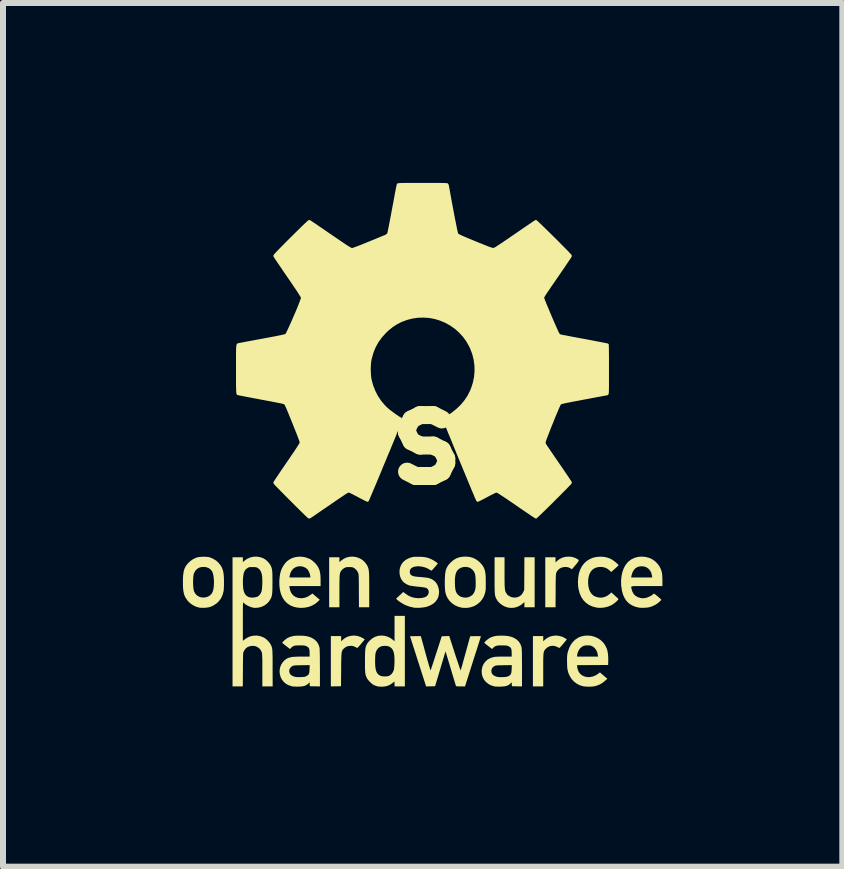
<source format=kicad_pcb>
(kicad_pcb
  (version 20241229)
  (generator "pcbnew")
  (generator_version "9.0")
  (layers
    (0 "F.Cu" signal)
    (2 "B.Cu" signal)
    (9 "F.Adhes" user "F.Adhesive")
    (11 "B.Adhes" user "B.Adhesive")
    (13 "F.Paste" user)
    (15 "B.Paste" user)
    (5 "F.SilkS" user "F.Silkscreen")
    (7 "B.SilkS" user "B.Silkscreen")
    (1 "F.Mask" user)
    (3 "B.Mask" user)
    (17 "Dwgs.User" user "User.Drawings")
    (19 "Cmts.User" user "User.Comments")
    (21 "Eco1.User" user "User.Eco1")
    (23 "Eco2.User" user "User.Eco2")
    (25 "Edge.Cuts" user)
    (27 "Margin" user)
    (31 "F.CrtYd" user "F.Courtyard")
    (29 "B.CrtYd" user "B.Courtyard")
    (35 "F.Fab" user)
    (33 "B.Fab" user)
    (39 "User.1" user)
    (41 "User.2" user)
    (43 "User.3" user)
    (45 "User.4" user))
  (footprint "oss"
    (layer "F.Cu")
    (at 3.991 4.197)
    (property "Reference" "oss" (at 0 0 0) (layer "F.SilkS") (effects (font (size 1.524 1.524) (thickness 0.3))))
    (attr board_only exclude_from_pos_files exclude_from_bom)
    (fp_poly (pts (xy 2.287 3.356) (xy 2.338 3.371) (xy 2.386 3.397) (xy 2.39 3.399) (xy 2.41 3.413) (xy 2.35 3.486) (xy 2.329 3.51) (xy 2.311 3.53) (xy 2.297 3.546) (xy 2.288 3.555) (xy 2.285 3.556) (xy 2.278 3.553) (xy 2.264 3.546) (xy 2.247 3.538) (xy 2.207 3.523) (xy 2.166 3.52) (xy 2.127 3.526) (xy 2.09 3.543) (xy 2.06 3.569) (xy 2.05 3.579) (xy 2.042 3.589) (xy 2.035 3.599) (xy 2.03 3.61) (xy 2.026 3.624) (xy 2.022 3.641) (xy 2.02 3.663) (xy 2.018 3.691) (xy 2.017 3.725) (xy 2.016 3.766) (xy 2.016 3.817) (xy 2.016 3.876) (xy 2.016 3.927) (xy 2.016 4.197) (xy 1.844 4.197) (xy 1.844 3.358) (xy 2.016 3.358) (xy 2.016 3.445) (xy 2.044 3.418) (xy 2.086 3.387) (xy 2.132 3.365) (xy 2.182 3.353) (xy 2.234 3.349)) (stroke (width 0) (type solid)) (fill yes) (layer "F.SilkS"))
    (fp_poly (pts (xy 2.488 2.037) (xy 2.539 2.051) (xy 2.573 2.067) (xy 2.59 2.077) (xy 2.602 2.085) (xy 2.607 2.093) (xy 2.607 2.102) (xy 2.601 2.115) (xy 2.588 2.132) (xy 2.569 2.156) (xy 2.555 2.172) (xy 2.495 2.244) (xy 2.474 2.231) (xy 2.44 2.214) (xy 2.406 2.206) (xy 2.37 2.206) (xy 2.329 2.214) (xy 2.292 2.231) (xy 2.262 2.256) (xy 2.24 2.288) (xy 2.235 2.3) (xy 2.232 2.307) (xy 2.23 2.316) (xy 2.229 2.327) (xy 2.227 2.341) (xy 2.226 2.359) (xy 2.225 2.384) (xy 2.225 2.414) (xy 2.224 2.452) (xy 2.223 2.499) (xy 2.223 2.556) (xy 2.223 2.603) (xy 2.221 2.878) (xy 2.05 2.878) (xy 2.05 2.044) (xy 2.221 2.044) (xy 2.221 2.13) (xy 2.247 2.105) (xy 2.288 2.074) (xy 2.334 2.051) (xy 2.384 2.038) (xy 2.436 2.033)) (stroke (width 0) (type solid)) (fill yes) (layer "F.SilkS"))
    (fp_poly (pts (xy -1.082 3.356) (xy -1.031 3.372) (xy -0.983 3.397) (xy -0.98 3.399) (xy -0.959 3.413) (xy -1.02 3.486) (xy -1.04 3.51) (xy -1.058 3.53) (xy -1.072 3.546) (xy -1.082 3.555) (xy -1.084 3.556) (xy -1.091 3.553) (xy -1.105 3.546) (xy -1.122 3.538) (xy -1.146 3.527) (xy -1.167 3.522) (xy -1.192 3.521) (xy -1.193 3.521) (xy -1.231 3.524) (xy -1.261 3.533) (xy -1.288 3.549) (xy -1.301 3.56) (xy -1.312 3.57) (xy -1.321 3.578) (xy -1.328 3.587) (xy -1.334 3.597) (xy -1.339 3.61) (xy -1.343 3.625) (xy -1.346 3.644) (xy -1.348 3.669) (xy -1.35 3.7) (xy -1.351 3.738) (xy -1.352 3.784) (xy -1.353 3.84) (xy -1.353 3.906) (xy -1.353 3.915) (xy -1.356 4.194) (xy -1.44 4.196) (xy -1.525 4.197) (xy -1.525 3.358) (xy -1.353 3.358) (xy -1.353 3.445) (xy -1.325 3.418) (xy -1.283 3.387) (xy -1.237 3.365) (xy -1.187 3.353) (xy -1.135 3.349)) (stroke (width 0) (type solid)) (fill yes) (layer "F.SilkS"))
    (fp_poly (pts (xy 1.371 2.295) (xy 1.371 2.361) (xy 1.371 2.418) (xy 1.372 2.465) (xy 1.372 2.504) (xy 1.374 2.536) (xy 1.376 2.562) (xy 1.378 2.583) (xy 1.382 2.6) (xy 1.385 2.614) (xy 1.39 2.626) (xy 1.394 2.633) (xy 1.416 2.666) (xy 1.447 2.691) (xy 1.482 2.708) (xy 1.521 2.716) (xy 1.562 2.715) (xy 1.583 2.71) (xy 1.619 2.696) (xy 1.648 2.675) (xy 1.671 2.646) (xy 1.68 2.629) (xy 1.699 2.59) (xy 1.702 2.044) (xy 1.873 2.044) (xy 1.873 2.878) (xy 1.702 2.878) (xy 1.702 2.791) (xy 1.674 2.816) (xy 1.629 2.849) (xy 1.579 2.873) (xy 1.526 2.886) (xy 1.471 2.888) (xy 1.421 2.881) (xy 1.375 2.865) (xy 1.331 2.841) (xy 1.292 2.811) (xy 1.259 2.777) (xy 1.238 2.744) (xy 1.231 2.73) (xy 1.225 2.717) (xy 1.22 2.705) (xy 1.216 2.692) (xy 1.213 2.676) (xy 1.21 2.658) (xy 1.208 2.636) (xy 1.207 2.609) (xy 1.206 2.576) (xy 1.205 2.536) (xy 1.205 2.488) (xy 1.205 2.43) (xy 1.205 2.362) (xy 1.205 2.044) (xy 1.371 2.044)) (stroke (width 0) (type solid)) (fill yes) (layer "F.SilkS"))
    (fp_poly (pts (xy -1.111 2.039) (xy -1.062 2.054) (xy -1.016 2.077) (xy -0.976 2.108) (xy -0.941 2.147) (xy -0.92 2.18) (xy -0.913 2.194) (xy -0.907 2.208) (xy -0.902 2.222) (xy -0.897 2.238) (xy -0.894 2.255) (xy -0.891 2.277) (xy -0.889 2.303) (xy -0.887 2.334) (xy -0.886 2.372) (xy -0.886 2.418) (xy -0.885 2.472) (xy -0.885 2.536) (xy -0.885 2.585) (xy -0.885 2.878) (xy -1.056 2.878) (xy -1.058 2.603) (xy -1.058 2.539) (xy -1.058 2.487) (xy -1.059 2.443) (xy -1.059 2.408) (xy -1.06 2.38) (xy -1.061 2.358) (xy -1.062 2.341) (xy -1.063 2.329) (xy -1.065 2.319) (xy -1.067 2.312) (xy -1.07 2.305) (xy -1.072 2.298) (xy -1.095 2.261) (xy -1.125 2.232) (xy -1.145 2.219) (xy -1.159 2.213) (xy -1.175 2.209) (xy -1.196 2.208) (xy -1.219 2.207) (xy -1.245 2.207) (xy -1.264 2.209) (xy -1.278 2.213) (xy -1.293 2.22) (xy -1.301 2.224) (xy -1.321 2.237) (xy -1.34 2.254) (xy -1.348 2.264) (xy -1.356 2.274) (xy -1.362 2.284) (xy -1.367 2.295) (xy -1.371 2.307) (xy -1.375 2.323) (xy -1.377 2.342) (xy -1.379 2.366) (xy -1.38 2.396) (xy -1.381 2.433) (xy -1.382 2.477) (xy -1.382 2.531) (xy -1.382 2.596) (xy -1.382 2.611) (xy -1.382 2.878) (xy -1.553 2.878) (xy -1.553 2.044) (xy -1.382 2.044) (xy -1.382 2.125) (xy -1.355 2.101) (xy -1.311 2.07) (xy -1.263 2.048) (xy -1.213 2.036) (xy -1.162 2.033)) (stroke (width 0) (type solid)) (fill yes) (layer "F.SilkS"))
    (fp_poly (pts (xy 2.992 2.035) (xy 3.044 2.04) (xy 3.09 2.051) (xy 3.134 2.068) (xy 3.164 2.084) (xy 3.182 2.096) (xy 3.202 2.111) (xy 3.224 2.128) (xy 3.243 2.145) (xy 3.259 2.159) (xy 3.269 2.171) (xy 3.272 2.176) (xy 3.268 2.181) (xy 3.257 2.193) (xy 3.24 2.209) (xy 3.22 2.228) (xy 3.211 2.235) (xy 3.15 2.29) (xy 3.123 2.264) (xy 3.084 2.234) (xy 3.042 2.215) (xy 2.995 2.206) (xy 2.985 2.205) (xy 2.934 2.207) (xy 2.889 2.219) (xy 2.851 2.239) (xy 2.819 2.269) (xy 2.794 2.307) (xy 2.777 2.354) (xy 2.767 2.409) (xy 2.764 2.462) (xy 2.768 2.52) (xy 2.779 2.572) (xy 2.797 2.617) (xy 2.822 2.654) (xy 2.853 2.683) (xy 2.888 2.701) (xy 2.939 2.715) (xy 2.988 2.717) (xy 3.035 2.708) (xy 3.081 2.688) (xy 3.124 2.656) (xy 3.129 2.652) (xy 3.152 2.631) (xy 3.208 2.681) (xy 3.229 2.7) (xy 3.247 2.717) (xy 3.261 2.729) (xy 3.268 2.735) (xy 3.268 2.736) (xy 3.269 2.743) (xy 3.262 2.755) (xy 3.247 2.771) (xy 3.228 2.789) (xy 3.205 2.808) (xy 3.18 2.826) (xy 3.154 2.842) (xy 3.152 2.843) (xy 3.101 2.865) (xy 3.045 2.88) (xy 2.986 2.887) (xy 2.928 2.886) (xy 2.898 2.881) (xy 2.834 2.864) (xy 2.776 2.837) (xy 2.727 2.802) (xy 2.685 2.759) (xy 2.651 2.708) (xy 2.624 2.648) (xy 2.606 2.58) (xy 2.598 2.532) (xy 2.594 2.46) (xy 2.599 2.385) (xy 2.61 2.318) (xy 2.63 2.254) (xy 2.659 2.197) (xy 2.696 2.148) (xy 2.74 2.107) (xy 2.791 2.075) (xy 2.848 2.051) (xy 2.91 2.038) (xy 2.977 2.034)) (stroke (width 0) (type solid)) (fill yes) (layer "F.SilkS"))
    (fp_poly (pts (xy 2.815 3.354) (xy 2.871 3.369) (xy 2.924 3.392) (xy 2.972 3.424) (xy 3.014 3.464) (xy 3.048 3.51) (xy 3.074 3.564) (xy 3.075 3.565) (xy 3.088 3.61) (xy 3.096 3.663) (xy 3.1 3.724) (xy 3.1 3.766) (xy 3.098 3.84) (xy 2.581 3.843) (xy 2.581 3.863) (xy 2.583 3.878) (xy 2.587 3.899) (xy 2.593 3.92) (xy 2.611 3.96) (xy 2.637 3.992) (xy 2.671 4.017) (xy 2.711 4.034) (xy 2.756 4.042) (xy 2.789 4.042) (xy 2.841 4.033) (xy 2.891 4.013) (xy 2.928 3.989) (xy 2.962 3.964) (xy 3.023 4.017) (xy 3.085 4.069) (xy 3.046 4.104) (xy 3.004 4.138) (xy 2.956 4.166) (xy 2.905 4.186) (xy 2.875 4.194) (xy 2.841 4.199) (xy 2.801 4.202) (xy 2.758 4.202) (xy 2.717 4.199) (xy 2.682 4.195) (xy 2.678 4.194) (xy 2.624 4.177) (xy 2.573 4.15) (xy 2.527 4.115) (xy 2.489 4.074) (xy 2.46 4.027) (xy 2.459 4.026) (xy 2.444 3.993) (xy 2.432 3.962) (xy 2.424 3.931) (xy 2.418 3.897) (xy 2.415 3.859) (xy 2.414 3.813) (xy 2.413 3.783) (xy 2.413 3.743) (xy 2.414 3.712) (xy 2.414 3.7) (xy 2.581 3.7) (xy 2.93 3.7) (xy 2.926 3.673) (xy 2.915 3.625) (xy 2.895 3.584) (xy 2.867 3.551) (xy 2.839 3.531) (xy 2.823 3.523) (xy 2.807 3.517) (xy 2.786 3.514) (xy 2.764 3.513) (xy 2.723 3.514) (xy 2.689 3.521) (xy 2.66 3.537) (xy 2.633 3.561) (xy 2.63 3.563) (xy 2.612 3.589) (xy 2.596 3.62) (xy 2.585 3.654) (xy 2.581 3.684) (xy 2.581 3.7) (xy 2.414 3.7) (xy 2.415 3.687) (xy 2.417 3.666) (xy 2.42 3.648) (xy 2.425 3.628) (xy 2.426 3.623) (xy 2.447 3.56) (xy 2.475 3.504) (xy 2.51 3.456) (xy 2.552 3.416) (xy 2.599 3.385) (xy 2.637 3.368) (xy 2.697 3.353) (xy 2.757 3.349)) (stroke (width 0) (type solid)) (fill yes) (layer "F.SilkS"))
    (fp_poly (pts (xy -1.994 2.036) (xy -1.935 2.049) (xy -1.878 2.071) (xy -1.877 2.071) (xy -1.841 2.094) (xy -1.805 2.124) (xy -1.772 2.158) (xy -1.746 2.194) (xy -1.737 2.208) (xy -1.722 2.24) (xy -1.711 2.271) (xy -1.704 2.306) (xy -1.699 2.345) (xy -1.696 2.392) (xy -1.696 2.428) (xy -1.696 2.524) (xy -2.217 2.524) (xy -2.213 2.554) (xy -2.201 2.603) (xy -2.182 2.644) (xy -2.154 2.678) (xy -2.119 2.703) (xy -2.076 2.72) (xy -2.056 2.724) (xy -2.007 2.727) (xy -1.958 2.719) (xy -1.909 2.7) (xy -1.862 2.67) (xy -1.855 2.665) (xy -1.833 2.648) (xy -1.795 2.68) (xy -1.774 2.698) (xy -1.753 2.715) (xy -1.736 2.73) (xy -1.733 2.732) (xy -1.71 2.752) (xy -1.736 2.778) (xy -1.782 2.817) (xy -1.836 2.849) (xy -1.894 2.871) (xy -1.958 2.884) (xy -2.024 2.888) (xy -2.086 2.883) (xy -2.147 2.869) (xy -2.203 2.845) (xy -2.252 2.812) (xy -2.293 2.771) (xy -2.328 2.721) (xy -2.354 2.663) (xy -2.364 2.632) (xy -2.376 2.574) (xy -2.383 2.509) (xy -2.384 2.441) (xy -2.379 2.379) (xy -2.216 2.379) (xy -2.21 2.38) (xy -2.195 2.38) (xy -2.17 2.381) (xy -2.139 2.381) (xy -2.102 2.381) (xy -2.06 2.381) (xy -2.041 2.381) (xy -1.866 2.381) (xy -1.869 2.352) (xy -1.875 2.324) (xy -1.887 2.293) (xy -1.902 2.264) (xy -1.917 2.242) (xy -1.918 2.242) (xy -1.944 2.221) (xy -1.978 2.205) (xy -2.014 2.195) (xy -2.025 2.194) (xy -2.069 2.196) (xy -2.11 2.208) (xy -2.145 2.229) (xy -2.173 2.259) (xy -2.195 2.296) (xy -2.209 2.341) (xy -2.209 2.344) (xy -2.213 2.362) (xy -2.215 2.375) (xy -2.216 2.379) (xy -2.379 2.379) (xy -2.379 2.373) (xy -2.368 2.309) (xy -2.367 2.303) (xy -2.35 2.25) (xy -2.325 2.199) (xy -2.294 2.153) (xy -2.258 2.113) (xy -2.221 2.084) (xy -2.169 2.057) (xy -2.113 2.041) (xy -2.054 2.034)) (stroke (width 0) (type solid)) (fill yes) (layer "F.SilkS"))
    (fp_poly (pts (xy -0.291 4.197) (xy -0.462 4.197) (xy -0.465 4.116) (xy -0.494 4.139) (xy -0.54 4.17) (xy -0.586 4.19) (xy -0.637 4.2) (xy -0.679 4.202) (xy -0.706 4.201) (xy -0.731 4.199) (xy -0.752 4.195) (xy -0.754 4.195) (xy -0.776 4.187) (xy -0.8 4.178) (xy -0.809 4.174) (xy -0.833 4.159) (xy -0.859 4.136) (xy -0.886 4.11) (xy -0.908 4.083) (xy -0.925 4.058) (xy -0.926 4.054) (xy -0.934 4.036) (xy -0.941 4.019) (xy -0.946 4.001) (xy -0.95 3.981) (xy -0.952 3.957) (xy -0.954 3.927) (xy -0.956 3.891) (xy -0.956 3.847) (xy -0.956 3.813) (xy -0.787 3.813) (xy -0.784 3.865) (xy -0.778 3.908) (xy -0.768 3.944) (xy -0.755 3.972) (xy -0.737 3.994) (xy -0.729 4.001) (xy -0.708 4.015) (xy -0.686 4.025) (xy -0.659 4.029) (xy -0.625 4.031) (xy -0.598 4.03) (xy -0.577 4.028) (xy -0.559 4.022) (xy -0.55 4.018) (xy -0.519 3.997) (xy -0.495 3.967) (xy -0.477 3.929) (xy -0.476 3.926) (xy -0.471 3.904) (xy -0.468 3.87) (xy -0.465 3.826) (xy -0.464 3.806) (xy -0.464 3.744) (xy -0.466 3.691) (xy -0.472 3.648) (xy -0.482 3.612) (xy -0.496 3.583) (xy -0.514 3.56) (xy -0.52 3.555) (xy -0.545 3.537) (xy -0.573 3.526) (xy -0.607 3.521) (xy -0.625 3.521) (xy -0.67 3.525) (xy -0.707 3.538) (xy -0.737 3.561) (xy -0.76 3.592) (xy -0.772 3.618) (xy -0.777 3.633) (xy -0.78 3.648) (xy -0.783 3.667) (xy -0.785 3.692) (xy -0.786 3.724) (xy -0.787 3.75) (xy -0.787 3.813) (xy -0.956 3.813) (xy -0.956 3.794) (xy -0.956 3.775) (xy -0.956 3.712) (xy -0.955 3.66) (xy -0.953 3.617) (xy -0.95 3.581) (xy -0.946 3.551) (xy -0.939 3.526) (xy -0.93 3.504) (xy -0.919 3.484) (xy -0.905 3.465) (xy -0.888 3.445) (xy -0.879 3.435) (xy -0.837 3.399) (xy -0.791 3.372) (xy -0.742 3.355) (xy -0.69 3.349) (xy -0.638 3.352) (xy -0.586 3.365) (xy -0.536 3.388) (xy -0.495 3.417) (xy -0.463 3.444) (xy -0.463 3.021) (xy -0.291 3.021)) (stroke (width 0) (type solid)) (fill yes) (layer "F.SilkS"))
    (fp_poly (pts (xy -3.611 2.036) (xy -3.574 2.039) (xy -3.544 2.045) (xy -3.54 2.047) (xy -3.485 2.07) (xy -3.437 2.1) (xy -3.397 2.137) (xy -3.375 2.164) (xy -3.355 2.192) (xy -3.339 2.222) (xy -3.327 2.254) (xy -3.318 2.289) (xy -3.312 2.33) (xy -3.308 2.379) (xy -3.307 2.437) (xy -3.307 2.461) (xy -3.307 2.512) (xy -3.309 2.556) (xy -3.311 2.592) (xy -3.315 2.617) (xy -3.331 2.675) (xy -3.356 2.729) (xy -3.391 2.776) (xy -3.434 2.816) (xy -3.484 2.849) (xy -3.54 2.873) (xy -3.546 2.875) (xy -3.573 2.88) (xy -3.606 2.885) (xy -3.643 2.887) (xy -3.678 2.887) (xy -3.708 2.885) (xy -3.716 2.884) (xy -3.773 2.868) (xy -3.826 2.842) (xy -3.874 2.808) (xy -3.915 2.766) (xy -3.948 2.717) (xy -3.954 2.705) (xy -3.967 2.676) (xy -3.976 2.645) (xy -3.983 2.61) (xy -3.988 2.569) (xy -3.991 2.52) (xy -3.991 2.462) (xy -3.991 2.456) (xy -3.991 2.442) (xy -3.822 2.442) (xy -3.822 2.489) (xy -3.819 2.533) (xy -3.815 2.571) (xy -3.809 2.602) (xy -3.803 2.619) (xy -3.782 2.655) (xy -3.753 2.683) (xy -3.718 2.703) (xy -3.679 2.714) (xy -3.638 2.716) (xy -3.596 2.708) (xy -3.574 2.7) (xy -3.542 2.681) (xy -3.517 2.657) (xy -3.498 2.627) (xy -3.486 2.589) (xy -3.478 2.543) (xy -3.477 2.534) (xy -3.474 2.483) (xy -3.474 2.432) (xy -3.478 2.385) (xy -3.484 2.343) (xy -3.493 2.307) (xy -3.504 2.281) (xy -3.505 2.279) (xy -3.53 2.247) (xy -3.562 2.224) (xy -3.601 2.21) (xy -3.635 2.205) (xy -3.682 2.207) (xy -3.722 2.218) (xy -3.756 2.239) (xy -3.784 2.268) (xy -3.797 2.292) (xy -3.806 2.31) (xy -3.812 2.327) (xy -3.815 2.346) (xy -3.818 2.37) (xy -3.82 2.394) (xy -3.822 2.442) (xy -3.991 2.442) (xy -3.991 2.398) (xy -3.988 2.35) (xy -3.983 2.309) (xy -3.977 2.275) (xy -3.968 2.244) (xy -3.965 2.235) (xy -3.941 2.188) (xy -3.908 2.145) (xy -3.867 2.107) (xy -3.821 2.075) (xy -3.771 2.052) (xy -3.761 2.048) (xy -3.73 2.041) (xy -3.692 2.037) (xy -3.651 2.035)) (stroke (width 0) (type solid)) (fill yes) (layer "F.SilkS"))
    (fp_poly (pts (xy 0.781 2.037) (xy 0.837 2.051) (xy 0.887 2.074) (xy 0.934 2.107) (xy 0.959 2.13) (xy 0.986 2.158) (xy 1.007 2.185) (xy 1.024 2.214) (xy 1.037 2.245) (xy 1.046 2.28) (xy 1.053 2.321) (xy 1.057 2.368) (xy 1.058 2.425) (xy 1.058 2.464) (xy 1.058 2.508) (xy 1.058 2.542) (xy 1.057 2.569) (xy 1.056 2.59) (xy 1.053 2.607) (xy 1.05 2.623) (xy 1.046 2.639) (xy 1.046 2.64) (xy 1.027 2.695) (xy 1 2.743) (xy 0.965 2.786) (xy 0.959 2.792) (xy 0.913 2.83) (xy 0.862 2.859) (xy 0.805 2.878) (xy 0.745 2.888) (xy 0.683 2.887) (xy 0.655 2.884) (xy 0.596 2.868) (xy 0.542 2.844) (xy 0.494 2.81) (xy 0.452 2.769) (xy 0.419 2.722) (xy 0.41 2.703) (xy 0.399 2.678) (xy 0.391 2.653) (xy 0.384 2.626) (xy 0.38 2.596) (xy 0.377 2.56) (xy 0.375 2.517) (xy 0.375 2.465) (xy 0.375 2.458) (xy 0.375 2.452) (xy 0.543 2.452) (xy 0.544 2.49) (xy 0.546 2.535) (xy 0.55 2.57) (xy 0.555 2.599) (xy 0.563 2.622) (xy 0.574 2.643) (xy 0.585 2.658) (xy 0.611 2.684) (xy 0.645 2.703) (xy 0.684 2.714) (xy 0.725 2.717) (xy 0.766 2.711) (xy 0.77 2.709) (xy 0.808 2.692) (xy 0.84 2.667) (xy 0.864 2.633) (xy 0.88 2.59) (xy 0.885 2.564) (xy 0.889 2.535) (xy 0.89 2.5) (xy 0.89 2.461) (xy 0.889 2.421) (xy 0.887 2.383) (xy 0.883 2.35) (xy 0.879 2.323) (xy 0.876 2.313) (xy 0.86 2.281) (xy 0.837 2.252) (xy 0.808 2.229) (xy 0.778 2.214) (xy 0.776 2.213) (xy 0.732 2.205) (xy 0.689 2.206) (xy 0.649 2.217) (xy 0.614 2.236) (xy 0.606 2.242) (xy 0.585 2.263) (xy 0.569 2.288) (xy 0.557 2.319) (xy 0.549 2.355) (xy 0.544 2.399) (xy 0.543 2.452) (xy 0.375 2.452) (xy 0.376 2.396) (xy 0.379 2.343) (xy 0.384 2.298) (xy 0.392 2.259) (xy 0.404 2.226) (xy 0.42 2.196) (xy 0.44 2.167) (xy 0.465 2.139) (xy 0.474 2.13) (xy 0.518 2.092) (xy 0.564 2.064) (xy 0.615 2.045) (xy 0.672 2.035) (xy 0.72 2.033)) (stroke (width 0) (type solid)) (fill yes) (layer "F.SilkS"))
    (fp_poly (pts (xy 3.718 2.038) (xy 3.776 2.052) (xy 3.828 2.074) (xy 3.865 2.099) (xy 3.902 2.131) (xy 3.934 2.168) (xy 3.96 2.206) (xy 3.965 2.217) (xy 3.979 2.248) (xy 3.989 2.277) (xy 3.996 2.308) (xy 4 2.344) (xy 4.002 2.386) (xy 4.003 2.431) (xy 4.003 2.524) (xy 3.743 2.524) (xy 3.681 2.524) (xy 3.629 2.524) (xy 3.587 2.524) (xy 3.553 2.524) (xy 3.528 2.525) (xy 3.509 2.527) (xy 3.496 2.53) (xy 3.487 2.533) (xy 3.483 2.538) (xy 3.483 2.545) (xy 3.484 2.553) (xy 3.487 2.563) (xy 3.49 2.576) (xy 3.49 2.577) (xy 3.504 2.622) (xy 3.527 2.66) (xy 3.557 2.689) (xy 3.596 2.71) (xy 3.642 2.724) (xy 3.644 2.724) (xy 3.678 2.728) (xy 3.709 2.725) (xy 3.715 2.724) (xy 3.744 2.717) (xy 3.774 2.705) (xy 3.803 2.692) (xy 3.828 2.677) (xy 3.841 2.666) (xy 3.852 2.656) (xy 3.861 2.65) (xy 3.863 2.65) (xy 3.869 2.653) (xy 3.881 2.662) (xy 3.899 2.676) (xy 3.919 2.692) (xy 3.94 2.71) (xy 3.959 2.726) (xy 3.976 2.741) (xy 3.983 2.747) (xy 3.982 2.754) (xy 3.974 2.767) (xy 3.968 2.773) (xy 3.926 2.81) (xy 3.877 2.841) (xy 3.823 2.865) (xy 3.793 2.875) (xy 3.762 2.881) (xy 3.724 2.885) (xy 3.684 2.887) (xy 3.647 2.887) (xy 3.615 2.884) (xy 3.614 2.884) (xy 3.551 2.869) (xy 3.495 2.845) (xy 3.446 2.814) (xy 3.405 2.773) (xy 3.372 2.724) (xy 3.346 2.666) (xy 3.328 2.6) (xy 3.317 2.525) (xy 3.315 2.504) (xy 3.314 2.429) (xy 3.319 2.381) (xy 3.482 2.381) (xy 3.833 2.381) (xy 3.829 2.351) (xy 3.818 2.306) (xy 3.799 2.267) (xy 3.772 2.236) (xy 3.738 2.212) (xy 3.698 2.198) (xy 3.676 2.195) (xy 3.631 2.195) (xy 3.59 2.206) (xy 3.555 2.226) (xy 3.527 2.256) (xy 3.505 2.294) (xy 3.49 2.341) (xy 3.486 2.357) (xy 3.482 2.381) (xy 3.319 2.381) (xy 3.321 2.357) (xy 3.336 2.29) (xy 3.358 2.229) (xy 3.387 2.175) (xy 3.423 2.129) (xy 3.45 2.104) (xy 3.495 2.073) (xy 3.547 2.051) (xy 3.602 2.037) (xy 3.66 2.033)) (stroke (width 0) (type solid)) (fill yes) (layer "F.SilkS"))
    (fp_poly (pts (xy 0.542 3.646) (xy 0.56 3.701) (xy 0.577 3.752) (xy 0.593 3.798) (xy 0.607 3.84) (xy 0.618 3.875) (xy 0.628 3.902) (xy 0.635 3.921) (xy 0.639 3.93) (xy 0.639 3.931) (xy 0.641 3.925) (xy 0.646 3.909) (xy 0.653 3.884) (xy 0.663 3.852) (xy 0.674 3.812) (xy 0.686 3.767) (xy 0.7 3.716) (xy 0.715 3.663) (xy 0.72 3.644) (xy 0.798 3.361) (xy 0.887 3.359) (xy 0.918 3.359) (xy 0.944 3.359) (xy 0.963 3.36) (xy 0.975 3.361) (xy 0.977 3.362) (xy 0.975 3.368) (xy 0.97 3.384) (xy 0.962 3.409) (xy 0.952 3.443) (xy 0.939 3.484) (xy 0.924 3.532) (xy 0.907 3.585) (xy 0.888 3.644) (xy 0.868 3.706) (xy 0.847 3.772) (xy 0.844 3.782) (xy 0.712 4.197) (xy 0.638 4.197) (xy 0.608 4.197) (xy 0.588 4.197) (xy 0.574 4.195) (xy 0.567 4.193) (xy 0.562 4.189) (xy 0.56 4.184) (xy 0.557 4.176) (xy 0.551 4.158) (xy 0.543 4.132) (xy 0.533 4.098) (xy 0.521 4.059) (xy 0.508 4.015) (xy 0.493 3.967) (xy 0.488 3.949) (xy 0.473 3.898) (xy 0.458 3.848) (xy 0.444 3.801) (xy 0.431 3.758) (xy 0.42 3.721) (xy 0.411 3.692) (xy 0.405 3.672) (xy 0.404 3.669) (xy 0.387 3.612) (xy 0.213 4.194) (xy 0.138 4.196) (xy 0.063 4.197) (xy 0.026 4.082) (xy 0.017 4.053) (xy 0.005 4.016) (xy -0.01 3.971) (xy -0.026 3.919) (xy -0.044 3.863) (xy -0.063 3.803) (xy -0.083 3.742) (xy -0.102 3.681) (xy -0.108 3.663) (xy -0.205 3.361) (xy -0.116 3.359) (xy -0.085 3.359) (xy -0.059 3.358) (xy -0.039 3.359) (xy -0.027 3.359) (xy -0.025 3.359) (xy -0.023 3.365) (xy -0.019 3.381) (xy -0.012 3.405) (xy -0.003 3.438) (xy 0.008 3.477) (xy 0.021 3.523) (xy 0.034 3.573) (xy 0.049 3.627) (xy 0.055 3.648) (xy 0.07 3.703) (xy 0.084 3.754) (xy 0.098 3.801) (xy 0.109 3.842) (xy 0.12 3.876) (xy 0.128 3.903) (xy 0.134 3.921) (xy 0.137 3.93) (xy 0.137 3.93) (xy 0.14 3.924) (xy 0.146 3.908) (xy 0.154 3.883) (xy 0.165 3.851) (xy 0.178 3.812) (xy 0.193 3.766) (xy 0.209 3.717) (xy 0.226 3.663) (xy 0.233 3.643) (xy 0.324 3.361) (xy 0.387 3.359) (xy 0.449 3.357)) (stroke (width 0) (type solid)) (fill yes) (layer "F.SilkS"))
    (fp_poly (pts (xy -0.063 2.036) (xy -0.012 2.037) (xy 0.031 2.041) (xy 0.067 2.047) (xy 0.101 2.056) (xy 0.133 2.069) (xy 0.155 2.079) (xy 0.178 2.091) (xy 0.201 2.105) (xy 0.223 2.119) (xy 0.241 2.132) (xy 0.253 2.141) (xy 0.257 2.147) (xy 0.253 2.153) (xy 0.244 2.166) (xy 0.23 2.183) (xy 0.214 2.202) (xy 0.196 2.222) (xy 0.18 2.241) (xy 0.166 2.255) (xy 0.156 2.265) (xy 0.153 2.267) (xy 0.145 2.264) (xy 0.133 2.257) (xy 0.131 2.256) (xy 0.093 2.233) (xy 0.051 2.215) (xy 0.007 2.203) (xy -0.037 2.196) (xy -0.079 2.194) (xy -0.119 2.199) (xy -0.153 2.208) (xy -0.181 2.224) (xy -0.196 2.24) (xy -0.206 2.261) (xy -0.209 2.285) (xy -0.206 2.31) (xy -0.197 2.33) (xy -0.194 2.333) (xy -0.183 2.343) (xy -0.17 2.351) (xy -0.154 2.357) (xy -0.132 2.363) (xy -0.104 2.367) (xy -0.067 2.371) (xy -0.037 2.373) (xy 0.01 2.377) (xy 0.047 2.381) (xy 0.077 2.385) (xy 0.101 2.389) (xy 0.121 2.395) (xy 0.139 2.401) (xy 0.157 2.409) (xy 0.159 2.41) (xy 0.199 2.436) (xy 0.231 2.47) (xy 0.255 2.511) (xy 0.271 2.558) (xy 0.279 2.61) (xy 0.278 2.648) (xy 0.269 2.698) (xy 0.25 2.743) (xy 0.221 2.783) (xy 0.183 2.817) (xy 0.136 2.845) (xy 0.081 2.867) (xy 0.06 2.873) (xy 0.025 2.879) (xy -0.015 2.884) (xy -0.058 2.887) (xy -0.098 2.887) (xy -0.132 2.885) (xy -0.138 2.884) (xy -0.213 2.867) (xy -0.281 2.842) (xy -0.284 2.841) (xy -0.311 2.827) (xy -0.341 2.809) (xy -0.371 2.79) (xy -0.397 2.771) (xy -0.417 2.755) (xy -0.423 2.749) (xy -0.437 2.734) (xy -0.377 2.678) (xy -0.318 2.623) (xy -0.28 2.651) (xy -0.231 2.684) (xy -0.182 2.707) (xy -0.129 2.72) (xy -0.071 2.726) (xy -0.054 2.726) (xy -0.004 2.722) (xy 0.038 2.712) (xy 0.07 2.696) (xy 0.092 2.673) (xy 0.102 2.654) (xy 0.108 2.625) (xy 0.104 2.598) (xy 0.091 2.574) (xy 0.07 2.557) (xy 0.064 2.554) (xy 0.051 2.551) (xy 0.029 2.547) (xy -0.001 2.542) (xy -0.037 2.538) (xy -0.068 2.535) (xy -0.105 2.531) (xy -0.14 2.527) (xy -0.172 2.522) (xy -0.197 2.518) (xy -0.213 2.515) (xy -0.244 2.503) (xy -0.277 2.485) (xy -0.306 2.465) (xy -0.327 2.444) (xy -0.354 2.404) (xy -0.372 2.358) (xy -0.38 2.308) (xy -0.379 2.257) (xy -0.378 2.248) (xy -0.365 2.198) (xy -0.343 2.154) (xy -0.313 2.117) (xy -0.274 2.086) (xy -0.225 2.06) (xy -0.202 2.052) (xy -0.185 2.046) (xy -0.169 2.042) (xy -0.154 2.039) (xy -0.136 2.037) (xy -0.113 2.036) (xy -0.083 2.036)) (stroke (width 0) (type solid)) (fill yes) (layer "F.SilkS"))
    (fp_poly (pts (xy -1.992 3.352) (xy -1.946 3.357) (xy -1.905 3.365) (xy -1.868 3.377) (xy -1.84 3.389) (xy -1.796 3.417) (xy -1.76 3.451) (xy -1.734 3.492) (xy -1.716 3.54) (xy -1.714 3.551) (xy -1.712 3.565) (xy -1.711 3.591) (xy -1.71 3.628) (xy -1.709 3.676) (xy -1.708 3.736) (xy -1.708 3.806) (xy -1.707 3.888) (xy -1.707 4.197) (xy -1.792 4.196) (xy -1.876 4.194) (xy -1.878 4.161) (xy -1.879 4.128) (xy -1.902 4.151) (xy -1.923 4.169) (xy -1.946 4.182) (xy -1.973 4.191) (xy -2.006 4.197) (xy -2.048 4.2) (xy -2.067 4.201) (xy -2.098 4.201) (xy -2.127 4.2) (xy -2.15 4.199) (xy -2.166 4.198) (xy -2.167 4.197) (xy -2.223 4.18) (xy -2.271 4.155) (xy -2.31 4.122) (xy -2.342 4.082) (xy -2.364 4.036) (xy -2.377 3.985) (xy -2.38 3.934) (xy -2.379 3.93) (xy -2.219 3.93) (xy -2.219 3.948) (xy -2.212 3.976) (xy -2.2 3.997) (xy -2.18 4.014) (xy -2.152 4.028) (xy -2.139 4.033) (xy -2.124 4.037) (xy -2.108 4.04) (xy -2.087 4.042) (xy -2.059 4.042) (xy -2.036 4.042) (xy -2.004 4.041) (xy -1.981 4.039) (xy -1.964 4.037) (xy -1.95 4.033) (xy -1.937 4.028) (xy -1.933 4.026) (xy -1.914 4.014) (xy -1.899 4.001) (xy -1.89 3.985) (xy -1.884 3.962) (xy -1.881 3.932) (xy -1.88 3.907) (xy -1.877 3.842) (xy -2.011 3.844) (xy -2.053 3.845) (xy -2.086 3.845) (xy -2.111 3.846) (xy -2.129 3.848) (xy -2.142 3.849) (xy -2.152 3.852) (xy -2.16 3.855) (xy -2.169 3.86) (xy -2.17 3.86) (xy -2.194 3.879) (xy -2.211 3.903) (xy -2.219 3.93) (xy -2.379 3.93) (xy -2.372 3.885) (xy -2.355 3.838) (xy -2.329 3.796) (xy -2.296 3.76) (xy -2.264 3.737) (xy -2.243 3.726) (xy -2.22 3.718) (xy -2.195 3.711) (xy -2.166 3.706) (xy -2.13 3.703) (xy -2.087 3.701) (xy -2.035 3.7) (xy -2.015 3.7) (xy -1.879 3.7) (xy -1.879 3.642) (xy -1.88 3.606) (xy -1.884 3.58) (xy -1.891 3.56) (xy -1.903 3.545) (xy -1.921 3.533) (xy -1.928 3.529) (xy -1.941 3.523) (xy -1.953 3.519) (xy -1.968 3.516) (xy -1.989 3.514) (xy -2.017 3.513) (xy -2.031 3.513) (xy -2.074 3.513) (xy -2.109 3.515) (xy -2.135 3.52) (xy -2.157 3.529) (xy -2.175 3.542) (xy -2.186 3.552) (xy -2.206 3.574) (xy -2.269 3.525) (xy -2.292 3.507) (xy -2.312 3.491) (xy -2.327 3.479) (xy -2.334 3.472) (xy -2.335 3.471) (xy -2.332 3.463) (xy -2.322 3.451) (xy -2.307 3.436) (xy -2.288 3.42) (xy -2.269 3.405) (xy -2.25 3.392) (xy -2.237 3.385) (xy -2.204 3.371) (xy -2.169 3.361) (xy -2.131 3.354) (xy -2.087 3.351) (xy -2.047 3.351)) (stroke (width 0) (type solid)) (fill yes) (layer "F.SilkS"))
    (fp_poly (pts (xy 1.377 3.352) (xy 1.424 3.357) (xy 1.466 3.365) (xy 1.504 3.378) (xy 1.528 3.388) (xy 1.572 3.415) (xy 1.608 3.449) (xy 1.635 3.491) (xy 1.653 3.539) (xy 1.655 3.551) (xy 1.657 3.565) (xy 1.658 3.591) (xy 1.66 3.628) (xy 1.661 3.676) (xy 1.661 3.736) (xy 1.662 3.806) (xy 1.662 3.888) (xy 1.662 4.197) (xy 1.578 4.196) (xy 1.493 4.194) (xy 1.492 4.161) (xy 1.49 4.128) (xy 1.467 4.151) (xy 1.446 4.169) (xy 1.423 4.182) (xy 1.396 4.191) (xy 1.363 4.197) (xy 1.321 4.2) (xy 1.302 4.201) (xy 1.271 4.201) (xy 1.243 4.2) (xy 1.219 4.199) (xy 1.203 4.198) (xy 1.202 4.197) (xy 1.147 4.18) (xy 1.1 4.155) (xy 1.06 4.123) (xy 1.028 4.084) (xy 1.006 4.04) (xy 0.992 3.992) (xy 0.99 3.94) (xy 1.151 3.94) (xy 1.155 3.969) (xy 1.166 3.992) (xy 1.186 4.011) (xy 1.215 4.027) (xy 1.23 4.033) (xy 1.245 4.037) (xy 1.262 4.04) (xy 1.282 4.042) (xy 1.31 4.042) (xy 1.333 4.042) (xy 1.365 4.041) (xy 1.388 4.039) (xy 1.405 4.037) (xy 1.419 4.033) (xy 1.432 4.028) (xy 1.436 4.026) (xy 1.456 4.014) (xy 1.47 4.001) (xy 1.479 3.985) (xy 1.485 3.962) (xy 1.488 3.932) (xy 1.49 3.907) (xy 1.492 3.842) (xy 1.358 3.844) (xy 1.316 3.845) (xy 1.283 3.845) (xy 1.259 3.846) (xy 1.24 3.848) (xy 1.227 3.849) (xy 1.217 3.852) (xy 1.209 3.855) (xy 1.201 3.86) (xy 1.199 3.86) (xy 1.173 3.88) (xy 1.157 3.906) (xy 1.151 3.937) (xy 1.151 3.94) (xy 0.99 3.94) (xy 0.989 3.939) (xy 0.993 3.908) (xy 1.005 3.858) (xy 1.027 3.815) (xy 1.055 3.78) (xy 1.085 3.752) (xy 1.118 3.732) (xy 1.157 3.717) (xy 1.174 3.712) (xy 1.19 3.708) (xy 1.207 3.705) (xy 1.225 3.703) (xy 1.248 3.702) (xy 1.277 3.701) (xy 1.313 3.7) (xy 1.354 3.7) (xy 1.49 3.7) (xy 1.49 3.642) (xy 1.489 3.606) (xy 1.486 3.58) (xy 1.478 3.56) (xy 1.466 3.545) (xy 1.448 3.533) (xy 1.441 3.529) (xy 1.429 3.523) (xy 1.416 3.519) (xy 1.401 3.516) (xy 1.38 3.514) (xy 1.352 3.513) (xy 1.338 3.513) (xy 1.295 3.513) (xy 1.262 3.515) (xy 1.235 3.52) (xy 1.214 3.528) (xy 1.196 3.541) (xy 1.185 3.551) (xy 1.164 3.573) (xy 1.1 3.525) (xy 1.077 3.507) (xy 1.057 3.491) (xy 1.043 3.479) (xy 1.035 3.472) (xy 1.034 3.471) (xy 1.037 3.463) (xy 1.047 3.451) (xy 1.062 3.436) (xy 1.081 3.42) (xy 1.101 3.405) (xy 1.119 3.392) (xy 1.132 3.385) (xy 1.165 3.371) (xy 1.2 3.361) (xy 1.238 3.354) (xy 1.283 3.351) (xy 1.322 3.351)) (stroke (width 0) (type solid)) (fill yes) (layer "F.SilkS"))
    (fp_poly (pts (xy -2.713 2.04) (xy -2.662 2.056) (xy -2.642 2.066) (xy -2.615 2.083) (xy -2.587 2.107) (xy -2.561 2.135) (xy -2.54 2.162) (xy -2.528 2.182) (xy -2.52 2.2) (xy -2.514 2.217) (xy -2.509 2.235) (xy -2.505 2.256) (xy -2.502 2.28) (xy -2.5 2.31) (xy -2.499 2.346) (xy -2.499 2.391) (xy -2.498 2.445) (xy -2.498 2.458) (xy -2.499 2.515) (xy -2.499 2.563) (xy -2.5 2.601) (xy -2.502 2.632) (xy -2.505 2.658) (xy -2.508 2.68) (xy -2.513 2.698) (xy -2.519 2.716) (xy -2.527 2.733) (xy -2.53 2.739) (xy -2.557 2.782) (xy -2.593 2.819) (xy -2.635 2.849) (xy -2.682 2.871) (xy -2.732 2.884) (xy -2.784 2.888) (xy -2.819 2.885) (xy -2.856 2.875) (xy -2.896 2.859) (xy -2.934 2.839) (xy -2.962 2.818) (xy -2.975 2.807) (xy -2.986 2.8) (xy -2.989 2.798) (xy -2.99 2.804) (xy -2.99 2.82) (xy -2.991 2.845) (xy -2.991 2.879) (xy -2.992 2.92) (xy -2.992 2.967) (xy -2.992 3.019) (xy -2.992 3.076) (xy -2.992 3.118) (xy -2.992 3.437) (xy -2.957 3.41) (xy -2.917 3.384) (xy -2.878 3.366) (xy -2.836 3.355) (xy -2.82 3.352) (xy -2.765 3.349) (xy -2.71 3.357) (xy -2.659 3.375) (xy -2.626 3.392) (xy -2.598 3.414) (xy -2.569 3.442) (xy -2.544 3.473) (xy -2.527 3.499) (xy -2.521 3.513) (xy -2.515 3.526) (xy -2.51 3.539) (xy -2.506 3.554) (xy -2.503 3.571) (xy -2.501 3.592) (xy -2.499 3.617) (xy -2.498 3.648) (xy -2.497 3.685) (xy -2.496 3.73) (xy -2.496 3.784) (xy -2.496 3.847) (xy -2.496 3.899) (xy -2.495 4.197) (xy -2.667 4.197) (xy -2.667 3.93) (xy -2.667 3.865) (xy -2.667 3.811) (xy -2.667 3.767) (xy -2.668 3.73) (xy -2.669 3.701) (xy -2.67 3.678) (xy -2.671 3.661) (xy -2.672 3.648) (xy -2.674 3.638) (xy -2.675 3.633) (xy -2.693 3.594) (xy -2.718 3.563) (xy -2.75 3.54) (xy -2.788 3.525) (xy -2.829 3.521) (xy -2.874 3.526) (xy -2.912 3.54) (xy -2.944 3.564) (xy -2.968 3.597) (xy -2.976 3.612) (xy -2.979 3.619) (xy -2.982 3.625) (xy -2.984 3.633) (xy -2.986 3.642) (xy -2.987 3.655) (xy -2.988 3.672) (xy -2.989 3.694) (xy -2.989 3.722) (xy -2.99 3.757) (xy -2.99 3.801) (xy -2.991 3.854) (xy -2.991 3.917) (xy -2.991 3.919) (xy -2.993 4.197) (xy -3.164 4.197) (xy -3.164 2.498) (xy -2.991 2.498) (xy -2.987 2.554) (xy -2.979 2.6) (xy -2.966 2.638) (xy -2.949 2.667) (xy -2.926 2.69) (xy -2.897 2.706) (xy -2.875 2.713) (xy -2.851 2.716) (xy -2.821 2.716) (xy -2.79 2.712) (xy -2.762 2.706) (xy -2.749 2.701) (xy -2.721 2.681) (xy -2.698 2.652) (xy -2.681 2.616) (xy -2.68 2.613) (xy -2.676 2.594) (xy -2.673 2.566) (xy -2.67 2.532) (xy -2.668 2.494) (xy -2.667 2.455) (xy -2.668 2.417) (xy -2.669 2.383) (xy -2.671 2.356) (xy -2.672 2.349) (xy -2.682 2.305) (xy -2.697 2.271) (xy -2.716 2.244) (xy -2.742 2.224) (xy -2.75 2.219) (xy -2.763 2.213) (xy -2.777 2.21) (xy -2.795 2.208) (xy -2.822 2.207) (xy -2.83 2.207) (xy -2.857 2.207) (xy -2.876 2.209) (xy -2.89 2.211) (xy -2.902 2.216) (xy -2.913 2.223) (xy -2.936 2.239) (xy -2.955 2.259) (xy -2.968 2.284) (xy -2.979 2.315) (xy -2.985 2.354) (xy -2.99 2.403) (xy -2.991 2.433) (xy -2.991 2.498) (xy -3.164 2.498) (xy -3.164 2.044) (xy -2.992 2.044) (xy -2.992 2.125) (xy -2.966 2.102) (xy -2.922 2.071) (xy -2.873 2.049) (xy -2.821 2.036) (xy -2.767 2.033)) (stroke (width 0) (type solid)) (fill yes) (layer "F.SilkS"))
    (fp_poly (pts (xy 0.084 -4.197) (xy 0.152 -4.197) (xy 0.21 -4.197) (xy 0.259 -4.197) (xy 0.3 -4.197) (xy 0.333 -4.196) (xy 0.36 -4.196) (xy 0.381 -4.195) (xy 0.396 -4.194) (xy 0.408 -4.193) (xy 0.416 -4.192) (xy 0.421 -4.19) (xy 0.425 -4.189) (xy 0.427 -4.187) (xy 0.427 -4.187) (xy 0.436 -4.173) (xy 0.442 -4.157) (xy 0.442 -4.157) (xy 0.464 -4.038) (xy 0.483 -3.93) (xy 0.501 -3.833) (xy 0.518 -3.746) (xy 0.532 -3.669) (xy 0.545 -3.601) (xy 0.557 -3.542) (xy 0.567 -3.492) (xy 0.575 -3.45) (xy 0.582 -3.416) (xy 0.588 -3.39) (xy 0.593 -3.371) (xy 0.596 -3.358) (xy 0.599 -3.352) (xy 0.599 -3.352) (xy 0.604 -3.348) (xy 0.615 -3.341) (xy 0.632 -3.333) (xy 0.657 -3.321) (xy 0.689 -3.307) (xy 0.729 -3.29) (xy 0.778 -3.269) (xy 0.837 -3.245) (xy 0.885 -3.225) (xy 0.948 -3.199) (xy 1.002 -3.178) (xy 1.046 -3.16) (xy 1.083 -3.145) (xy 1.112 -3.134) (xy 1.136 -3.126) (xy 1.154 -3.12) (xy 1.167 -3.116) (xy 1.177 -3.114) (xy 1.184 -3.113) (xy 1.185 -3.114) (xy 1.191 -3.115) (xy 1.199 -3.118) (xy 1.209 -3.123) (xy 1.224 -3.131) (xy 1.242 -3.143) (xy 1.265 -3.158) (xy 1.294 -3.177) (xy 1.329 -3.2) (xy 1.371 -3.229) (xy 1.421 -3.262) (xy 1.478 -3.302) (xy 1.522 -3.332) (xy 1.589 -3.378) (xy 1.647 -3.418) (xy 1.697 -3.452) (xy 1.739 -3.481) (xy 1.775 -3.505) (xy 1.804 -3.525) (xy 1.828 -3.542) (xy 1.847 -3.554) (xy 1.862 -3.564) (xy 1.873 -3.571) (xy 1.881 -3.575) (xy 1.887 -3.578) (xy 1.891 -3.58) (xy 1.895 -3.58) (xy 1.898 -3.58) (xy 1.898 -3.58) (xy 1.904 -3.577) (xy 1.917 -3.565) (xy 1.937 -3.547) (xy 1.962 -3.524) (xy 1.992 -3.495) (xy 2.026 -3.462) (xy 2.063 -3.426) (xy 2.103 -3.387) (xy 2.145 -3.346) (xy 2.187 -3.304) (xy 2.23 -3.262) (xy 2.272 -3.22) (xy 2.312 -3.179) (xy 2.35 -3.141) (xy 2.386 -3.105) (xy 2.417 -3.073) (xy 2.444 -3.045) (xy 2.465 -3.022) (xy 2.481 -3.006) (xy 2.489 -2.996) (xy 2.49 -2.994) (xy 2.492 -2.977) (xy 2.49 -2.968) (xy 2.486 -2.961) (xy 2.476 -2.945) (xy 2.461 -2.922) (xy 2.441 -2.893) (xy 2.417 -2.857) (xy 2.39 -2.817) (xy 2.36 -2.772) (xy 2.327 -2.725) (xy 2.309 -2.698) (xy 2.26 -2.627) (xy 2.218 -2.566) (xy 2.181 -2.512) (xy 2.149 -2.466) (xy 2.123 -2.427) (xy 2.1 -2.394) (xy 2.082 -2.367) (xy 2.067 -2.345) (xy 2.056 -2.327) (xy 2.047 -2.314) (xy 2.041 -2.303) (xy 2.037 -2.296) (xy 2.035 -2.29) (xy 2.033 -2.286) (xy 2.033 -2.283) (xy 2.033 -2.28) (xy 2.033 -2.28) (xy 2.035 -2.271) (xy 2.041 -2.254) (xy 2.051 -2.228) (xy 2.064 -2.196) (xy 2.08 -2.157) (xy 2.098 -2.115) (xy 2.117 -2.069) (xy 2.137 -2.021) (xy 2.158 -1.972) (xy 2.179 -1.923) (xy 2.199 -1.876) (xy 2.219 -1.831) (xy 2.237 -1.79) (xy 2.253 -1.755) (xy 2.266 -1.725) (xy 2.277 -1.703) (xy 2.284 -1.689) (xy 2.286 -1.686) (xy 2.297 -1.676) (xy 2.306 -1.671) (xy 2.314 -1.669) (xy 2.331 -1.666) (xy 2.357 -1.66) (xy 2.393 -1.654) (xy 2.435 -1.646) (xy 2.484 -1.636) (xy 2.539 -1.626) (xy 2.598 -1.615) (xy 2.661 -1.603) (xy 2.7 -1.596) (xy 2.765 -1.584) (xy 2.827 -1.572) (xy 2.884 -1.561) (xy 2.937 -1.551) (xy 2.984 -1.542) (xy 3.024 -1.534) (xy 3.055 -1.528) (xy 3.079 -1.523) (xy 3.092 -1.52) (xy 3.095 -1.519) (xy 3.105 -1.51) (xy 3.109 -1.504) (xy 3.109 -1.497) (xy 3.11 -1.48) (xy 3.11 -1.453) (xy 3.111 -1.417) (xy 3.111 -1.373) (xy 3.112 -1.323) (xy 3.112 -1.267) (xy 3.112 -1.206) (xy 3.112 -1.141) (xy 3.112 -1.087) (xy 3.112 -1.009) (xy 3.112 -0.942) (xy 3.112 -0.884) (xy 3.112 -0.836) (xy 3.112 -0.795) (xy 3.111 -0.762) (xy 3.111 -0.736) (xy 3.11 -0.715) (xy 3.109 -0.7) (xy 3.108 -0.688) (xy 3.107 -0.68) (xy 3.105 -0.675) (xy 3.104 -0.672) (xy 3.102 -0.669) (xy 3.101 -0.668) (xy 3.091 -0.66) (xy 3.085 -0.657) (xy 3.079 -0.656) (xy 3.062 -0.653) (xy 3.036 -0.648) (xy 3.002 -0.642) (xy 2.96 -0.634) (xy 2.912 -0.625) (xy 2.858 -0.615) (xy 2.799 -0.604) (xy 2.737 -0.592) (xy 2.702 -0.586) (xy 2.626 -0.571) (xy 2.561 -0.559) (xy 2.505 -0.549) (xy 2.458 -0.539) (xy 2.42 -0.532) (xy 2.388 -0.525) (xy 2.363 -0.52) (xy 2.344 -0.515) (xy 2.33 -0.511) (xy 2.32 -0.508) (xy 2.314 -0.505) (xy 2.31 -0.502) (xy 2.31 -0.502) (xy 2.305 -0.495) (xy 2.297 -0.477) (xy 2.285 -0.452) (xy 2.271 -0.419) (xy 2.255 -0.381) (xy 2.237 -0.338) (xy 2.217 -0.291) (xy 2.197 -0.241) (xy 2.177 -0.191) (xy 2.156 -0.14) (xy 2.136 -0.09) (xy 2.118 -0.043) (xy 2.101 0.001) (xy 2.086 0.04) (xy 2.073 0.073) (xy 2.064 0.1) (xy 2.058 0.118) (xy 2.056 0.127) (xy 2.058 0.144) (xy 2.062 0.154) (xy 2.066 0.161) (xy 2.076 0.176) (xy 2.091 0.199) (xy 2.112 0.229) (xy 2.136 0.265) (xy 2.164 0.306) (xy 2.195 0.352) (xy 2.229 0.401) (xy 2.265 0.453) (xy 2.276 0.47) (xy 2.313 0.523) (xy 2.347 0.573) (xy 2.379 0.62) (xy 2.408 0.663) (xy 2.434 0.701) (xy 2.455 0.733) (xy 2.472 0.758) (xy 2.484 0.776) (xy 2.49 0.785) (xy 2.49 0.787) (xy 2.492 0.803) (xy 2.49 0.812) (xy 2.485 0.819) (xy 2.473 0.833) (xy 2.454 0.853) (xy 2.429 0.878) (xy 2.4 0.909) (xy 2.366 0.943) (xy 2.329 0.98) (xy 2.29 1.02) (xy 2.248 1.061) (xy 2.206 1.103) (xy 2.164 1.146) (xy 2.122 1.187) (xy 2.081 1.227) (xy 2.043 1.265) (xy 2.007 1.299) (xy 1.975 1.33) (xy 1.948 1.356) (xy 1.926 1.376) (xy 1.91 1.391) (xy 1.901 1.398) (xy 1.9 1.399) (xy 1.896 1.399) (xy 1.893 1.398) (xy 1.888 1.397) (xy 1.882 1.394) (xy 1.874 1.389) (xy 1.862 1.382) (xy 1.847 1.372) (xy 1.827 1.36) (xy 1.803 1.343) (xy 1.772 1.322) (xy 1.735 1.297) (xy 1.691 1.267) (xy 1.638 1.231) (xy 1.578 1.189) (xy 1.565 1.18) (xy 1.512 1.144) (xy 1.462 1.11) (xy 1.415 1.078) (xy 1.372 1.049) (xy 1.334 1.024) (xy 1.301 1.003) (xy 1.276 0.986) (xy 1.258 0.975) (xy 1.248 0.969) (xy 1.247 0.969) (xy 1.241 0.968) (xy 1.234 0.968) (xy 1.226 0.969) (xy 1.214 0.974) (xy 1.198 0.981) (xy 1.177 0.992) (xy 1.148 1.006) (xy 1.112 1.025) (xy 1.082 1.041) (xy 1.045 1.061) (xy 1.01 1.079) (xy 0.979 1.095) (xy 0.955 1.107) (xy 0.937 1.115) (xy 0.927 1.119) (xy 0.926 1.119) (xy 0.915 1.117) (xy 0.906 1.11) (xy 0.897 1.096) (xy 0.889 1.079) (xy 0.882 1.064) (xy 0.871 1.039) (xy 0.858 1.006) (xy 0.841 0.966) (xy 0.821 0.919) (xy 0.799 0.866) (xy 0.775 0.808) (xy 0.749 0.745) (xy 0.722 0.679) (xy 0.693 0.61) (xy 0.664 0.539) (xy 0.634 0.467) (xy 0.604 0.394) (xy 0.574 0.321) (xy 0.545 0.249) (xy 0.516 0.18) (xy 0.489 0.112) (xy 0.463 0.048) (xy 0.438 -0.011) (xy 0.416 -0.066) (xy 0.396 -0.115) (xy 0.379 -0.158) (xy 0.364 -0.194) (xy 0.354 -0.221) (xy 0.346 -0.24) (xy 0.343 -0.249) (xy 0.343 -0.25) (xy 0.345 -0.26) (xy 0.351 -0.271) (xy 0.365 -0.283) (xy 0.386 -0.297) (xy 0.397 -0.304) (xy 0.488 -0.365) (xy 0.569 -0.43) (xy 0.64 -0.498) (xy 0.7 -0.57) (xy 0.752 -0.647) (xy 0.794 -0.729) (xy 0.811 -0.769) (xy 0.842 -0.863) (xy 0.862 -0.96) (xy 0.871 -1.057) (xy 0.869 -1.154) (xy 0.856 -1.25) (xy 0.832 -1.345) (xy 0.797 -1.437) (xy 0.779 -1.474) (xy 0.731 -1.559) (xy 0.674 -1.636) (xy 0.609 -1.706) (xy 0.539 -1.768) (xy 0.462 -1.821) (xy 0.38 -1.866) (xy 0.294 -1.902) (xy 0.205 -1.929) (xy 0.113 -1.946) (xy 0.019 -1.952) (xy -0.075 -1.949) (xy -0.17 -1.935) (xy -0.257 -1.912) (xy -0.341 -1.881) (xy -0.418 -1.842) (xy -0.49 -1.796) (xy -0.56 -1.74) (xy -0.606 -1.696) (xy -0.673 -1.622) (xy -0.729 -1.545) (xy -0.775 -1.463) (xy -0.812 -1.375) (xy -0.839 -1.281) (xy -0.849 -1.239) (xy -0.855 -1.196) (xy -0.858 -1.146) (xy -0.86 -1.091) (xy -0.858 -1.036) (xy -0.855 -0.983) (xy -0.849 -0.936) (xy -0.846 -0.919) (xy -0.82 -0.823) (xy -0.784 -0.731) (xy -0.739 -0.644) (xy -0.685 -0.563) (xy -0.623 -0.49) (xy -0.584 -0.451) (xy -0.56 -0.431) (xy -0.53 -0.406) (xy -0.495 -0.38) (xy -0.459 -0.353) (xy -0.425 -0.329) (xy -0.394 -0.308) (xy -0.376 -0.297) (xy -0.368 -0.292) (xy -0.36 -0.289) (xy -0.354 -0.286) (xy -0.348 -0.282) (xy -0.344 -0.278) (xy -0.341 -0.272) (xy -0.34 -0.265) (xy -0.34 -0.255) (xy -0.342 -0.242) (xy -0.346 -0.225) (xy -0.352 -0.204) (xy -0.361 -0.179) (xy -0.372 -0.148) (xy -0.386 -0.112) (xy -0.403 -0.069) (xy -0.424 -0.019) (xy -0.447 0.038) (xy -0.474 0.103) (xy -0.504 0.176) (xy -0.538 0.259) (xy -0.577 0.351) (xy -0.608 0.427) (xy -0.643 0.51) (xy -0.676 0.591) (xy -0.708 0.668) (xy -0.739 0.742) (xy -0.767 0.81) (xy -0.794 0.873) (xy -0.818 0.93) (xy -0.839 0.98) (xy -0.857 1.023) (xy -0.872 1.058) (xy -0.884 1.085) (xy -0.891 1.102) (xy -0.895 1.109) (xy -0.895 1.109) (xy -0.907 1.117) (xy -0.915 1.119) (xy -0.923 1.117) (xy -0.939 1.109) (xy -0.963 1.098) (xy -0.992 1.083) (xy -1.026 1.066) (xy -1.063 1.046) (xy -1.064 1.045) (xy -1.101 1.026) (xy -1.136 1.008) (xy -1.166 0.992) (xy -1.191 0.98) (xy -1.208 0.972) (xy -1.218 0.968) (xy -1.218 0.968) (xy -1.222 0.967) (xy -1.225 0.966) (xy -1.23 0.966) (xy -1.235 0.968) (xy -1.243 0.971) (xy -1.253 0.977) (xy -1.267 0.985) (xy -1.285 0.997) (xy -1.308 1.012) (xy -1.336 1.031) (xy -1.37 1.054) (xy -1.412 1.082) (xy -1.461 1.116) (xy -1.519 1.155) (xy -1.547 1.175) (xy -1.598 1.21) (xy -1.647 1.243) (xy -1.692 1.274) (xy -1.734 1.303) (xy -1.77 1.328) (xy -1.801 1.349) (xy -1.824 1.365) (xy -1.84 1.376) (xy -1.847 1.38) (xy -1.867 1.393) (xy -1.882 1.398) (xy -1.894 1.397) (xy -1.904 1.393) (xy -1.911 1.387) (xy -1.925 1.374) (xy -1.945 1.355) (xy -1.971 1.33) (xy -2.001 1.3) (xy -2.036 1.266) (xy -2.073 1.229) (xy -2.113 1.19) (xy -2.155 1.148) (xy -2.197 1.106) (xy -2.239 1.064) (xy -2.28 1.023) (xy -2.319 0.983) (xy -2.356 0.946) (xy -2.389 0.912) (xy -2.418 0.882) (xy -2.442 0.857) (xy -2.461 0.838) (xy -2.472 0.825) (xy -2.476 0.82) (xy -2.482 0.805) (xy -2.482 0.791) (xy -2.478 0.785) (xy -2.468 0.769) (xy -2.453 0.746) (xy -2.434 0.716) (xy -2.409 0.68) (xy -2.381 0.638) (xy -2.35 0.592) (xy -2.316 0.542) (xy -2.28 0.489) (xy -2.262 0.463) (xy -2.215 0.395) (xy -2.175 0.335) (xy -2.14 0.285) (xy -2.112 0.242) (xy -2.089 0.207) (xy -2.071 0.179) (xy -2.058 0.157) (xy -2.049 0.142) (xy -2.045 0.133) (xy -2.044 0.13) (xy -2.046 0.121) (xy -2.052 0.103) (xy -2.062 0.077) (xy -2.074 0.043) (xy -2.089 0.004) (xy -2.106 -0.04) (xy -2.125 -0.087) (xy -2.145 -0.137) (xy -2.165 -0.188) (xy -2.186 -0.239) (xy -2.206 -0.288) (xy -2.225 -0.335) (xy -2.243 -0.379) (xy -2.259 -0.417) (xy -2.273 -0.45) (xy -2.285 -0.476) (xy -2.293 -0.493) (xy -2.298 -0.501) (xy -2.298 -0.501) (xy -2.301 -0.504) (xy -2.307 -0.507) (xy -2.315 -0.51) (xy -2.327 -0.514) (xy -2.343 -0.518) (xy -2.365 -0.523) (xy -2.392 -0.528) (xy -2.427 -0.535) (xy -2.468 -0.543) (xy -2.519 -0.553) (xy -2.578 -0.564) (xy -2.648 -0.577) (xy -2.692 -0.585) (xy -2.756 -0.598) (xy -2.818 -0.609) (xy -2.875 -0.62) (xy -2.927 -0.63) (xy -2.974 -0.639) (xy -3.013 -0.647) (xy -3.045 -0.653) (xy -3.068 -0.658) (xy -3.08 -0.661) (xy -3.083 -0.662) (xy -3.088 -0.665) (xy -3.091 -0.669) (xy -3.095 -0.674) (xy -3.097 -0.682) (xy -3.1 -0.693) (xy -3.102 -0.708) (xy -3.103 -0.729) (xy -3.104 -0.754) (xy -3.105 -0.787) (xy -3.106 -0.827) (xy -3.106 -0.874) (xy -3.106 -0.931) (xy -3.106 -0.997) (xy -3.106 -1.074) (xy -3.106 -1.092) (xy -3.106 -1.171) (xy -3.106 -1.24) (xy -3.106 -1.299) (xy -3.106 -1.348) (xy -3.105 -1.39) (xy -3.105 -1.424) (xy -3.103 -1.451) (xy -3.102 -1.473) (xy -3.099 -1.489) (xy -3.097 -1.501) (xy -3.093 -1.509) (xy -3.089 -1.515) (xy -3.085 -1.519) (xy -3.079 -1.521) (xy -3.073 -1.523) (xy -3.071 -1.524) (xy -3.063 -1.526) (xy -3.044 -1.53) (xy -3.015 -1.535) (xy -2.979 -1.542) (xy -2.935 -1.551) (xy -2.884 -1.56) (xy -2.829 -1.57) (xy -2.769 -1.582) (xy -2.706 -1.593) (xy -2.675 -1.599) (xy -2.59 -1.615) (xy -2.515 -1.629) (xy -2.451 -1.641) (xy -2.398 -1.652) (xy -2.355 -1.66) (xy -2.322 -1.668) (xy -2.3 -1.673) (xy -2.287 -1.677) (xy -2.284 -1.678) (xy -2.278 -1.686) (xy -2.269 -1.703) (xy -2.256 -1.728) (xy -2.241 -1.761) (xy -2.223 -1.799) (xy -2.204 -1.842) (xy -2.183 -1.888) (xy -2.162 -1.936) (xy -2.141 -1.986) (xy -2.119 -2.035) (xy -2.099 -2.083) (xy -2.08 -2.129) (xy -2.063 -2.171) (xy -2.049 -2.208) (xy -2.037 -2.239) (xy -2.029 -2.263) (xy -2.024 -2.278) (xy -2.024 -2.283) (xy -2.027 -2.291) (xy -2.037 -2.308) (xy -2.053 -2.333) (xy -2.074 -2.367) (xy -2.102 -2.41) (xy -2.137 -2.461) (xy -2.177 -2.521) (xy -2.224 -2.59) (xy -2.25 -2.627) (xy -2.287 -2.681) (xy -2.323 -2.734) (xy -2.356 -2.783) (xy -2.387 -2.828) (xy -2.414 -2.868) (xy -2.437 -2.902) (xy -2.456 -2.93) (xy -2.469 -2.95) (xy -2.477 -2.963) (xy -2.479 -2.966) (xy -2.483 -2.981) (xy -2.479 -2.997) (xy -2.473 -3.004) (xy -2.461 -3.018) (xy -2.442 -3.039) (xy -2.417 -3.065) (xy -2.387 -3.096) (xy -2.353 -3.131) (xy -2.315 -3.169) (xy -2.276 -3.209) (xy -2.234 -3.251) (xy -2.192 -3.293) (xy -2.149 -3.335) (xy -2.108 -3.376) (xy -2.067 -3.416) (xy -2.029 -3.453) (xy -1.995 -3.487) (xy -1.964 -3.516) (xy -1.937 -3.541) (xy -1.917 -3.56) (xy -1.902 -3.572) (xy -1.895 -3.578) (xy -1.895 -3.578) (xy -1.88 -3.578) (xy -1.869 -3.576) (xy -1.863 -3.571) (xy -1.848 -3.561) (xy -1.825 -3.546) (xy -1.795 -3.526) (xy -1.758 -3.501) (xy -1.717 -3.472) (xy -1.67 -3.441) (xy -1.62 -3.406) (xy -1.566 -3.369) (xy -1.525 -3.341) (xy -1.459 -3.296) (xy -1.402 -3.257) (xy -1.354 -3.224) (xy -1.312 -3.196) (xy -1.278 -3.173) (xy -1.249 -3.154) (xy -1.226 -3.14) (xy -1.208 -3.129) (xy -1.194 -3.121) (xy -1.184 -3.116) (xy -1.177 -3.113) (xy -1.172 -3.112) (xy -1.171 -3.112) (xy -1.161 -3.114) (xy -1.141 -3.121) (xy -1.111 -3.132) (xy -1.071 -3.147) (xy -1.023 -3.165) (xy -0.967 -3.188) (xy -0.903 -3.214) (xy -0.891 -3.219) (xy -0.839 -3.24) (xy -0.79 -3.26) (xy -0.744 -3.279) (xy -0.703 -3.296) (xy -0.668 -3.311) (xy -0.641 -3.322) (xy -0.621 -3.33) (xy -0.611 -3.335) (xy -0.611 -3.335) (xy -0.596 -3.346) (xy -0.585 -3.358) (xy -0.584 -3.36) (xy -0.581 -3.369) (xy -0.577 -3.387) (xy -0.572 -3.415) (xy -0.564 -3.45) (xy -0.556 -3.494) (xy -0.546 -3.543) (xy -0.536 -3.598) (xy -0.524 -3.658) (xy -0.513 -3.72) (xy -0.508 -3.745) (xy -0.493 -3.825) (xy -0.48 -3.894) (xy -0.469 -3.953) (xy -0.46 -4.004) (xy -0.452 -4.046) (xy -0.445 -4.081) (xy -0.44 -4.109) (xy -0.435 -4.131) (xy -0.432 -4.148) (xy -0.429 -4.161) (xy -0.426 -4.17) (xy -0.424 -4.176) (xy -0.423 -4.18) (xy -0.421 -4.182) (xy -0.419 -4.184) (xy -0.417 -4.186) (xy -0.416 -4.186) (xy -0.414 -4.188) (xy -0.411 -4.19) (xy -0.406 -4.192) (xy -0.398 -4.193) (xy -0.387 -4.194) (xy -0.372 -4.195) (xy -0.352 -4.196) (xy -0.327 -4.196) (xy -0.295 -4.197) (xy -0.255 -4.197) (xy -0.208 -4.197) (xy -0.152 -4.197) (xy -0.086 -4.197) (xy -0.009 -4.197) (xy 0.006 -4.197)) (stroke (width 0) (type solid)) (fill yes) (layer "F.SilkS")))
  (gr_rect
    (start -3 -3)
    (end 10.994 11.4)
    (stroke (width 0.1) (type default))
    (fill no)
    (layer "Edge.Cuts")))
</source>
